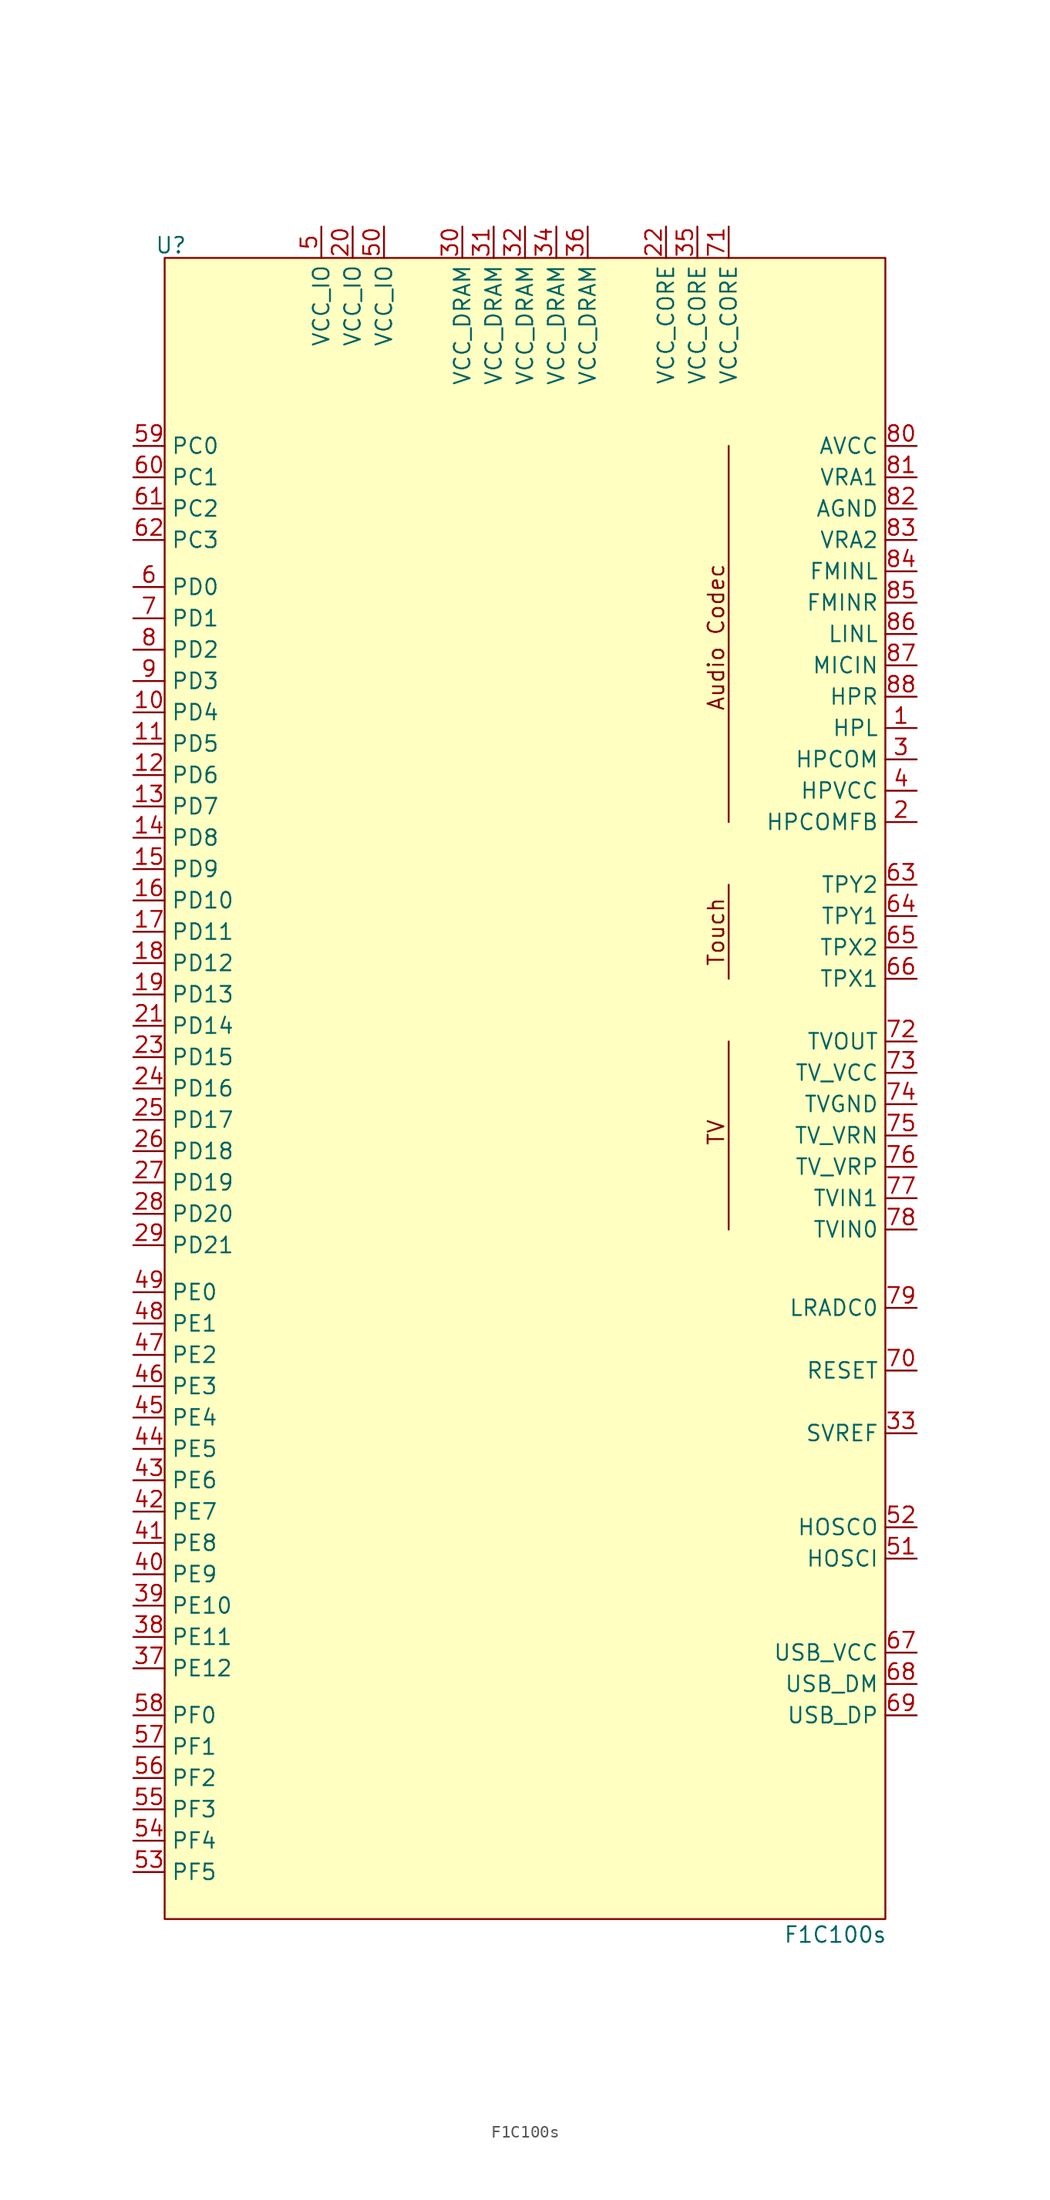
<source format=kicad_sym>
(kicad_symbol_lib
  (version 20241209)
  (generator "kicad_symbol_editor")
  (generator_version "9.0")
  (symbol "F1C100s"
    (property "Reference" "U"
      (at 0.508 135.636 0)
      (effects (font (size 1.27 1.27))))
    (property "Value" "F1C100s"
      (at 54.356 -1.27 0)
      (effects (font (size 1.27 1.27))))
    (symbol "F1C100s_0_0"
      (pin bidirectional line (at -2.54 119.38 0) (length 2.54) (name "PC0" (effects (font (size 1.27 1.27)))) (number "59" (effects (font (size 1.27 1.27)))))
      (pin bidirectional line (at -2.54 116.84 0) (length 2.54) (name "PC1" (effects (font (size 1.27 1.27)))) (number "60" (effects (font (size 1.27 1.27)))))
      (pin bidirectional line (at -2.54 114.3 0) (length 2.54) (name "PC2" (effects (font (size 1.27 1.27)))) (number "61" (effects (font (size 1.27 1.27)))))
      (pin bidirectional line (at -2.54 111.76 0) (length 2.54) (name "PC3" (effects (font (size 1.27 1.27)))) (number "62" (effects (font (size 1.27 1.27))))))
    (symbol "F1C100s_1_0"
      (pin unspecified line (at 60.96 96.52 180) (length 2.54) (name "HPL" (effects (font (size 1.27 1.27)))) (number "1" (effects (font (size 1.27 1.27)))))
      (pin unspecified line (at 60.96 93.98 180) (length 2.54) (name "HPCOM" (effects (font (size 1.27 1.27)))) (number "3" (effects (font (size 1.27 1.27)))))
      (pin power_in line (at 60.96 91.44 180) (length 2.54) (name "HPVCC" (effects (font (size 1.27 1.27)))) (number "4" (effects (font (size 1.27 1.27)))))
      (pin unspecified line (at 60.96 88.9 180) (length 2.54) (name "HPCOMFB" (effects (font (size 1.27 1.27)))) (number "2" (effects (font (size 1.27 1.27)))))
      (pin power_in line (at 60.96 21.59 180) (length 2.54) (name "USB_VCC" (effects (font (size 1.27 1.27)))) (number "67" (effects (font (size 1.27 1.27)))))
      (pin unspecified line (at 60.96 19.05 180) (length 2.54) (name "USB_DM" (effects (font (size 1.27 1.27)))) (number "68" (effects (font (size 1.27 1.27)))))
      (pin unspecified line (at 60.96 16.51 180) (length 2.54) (name "USB_DP" (effects (font (size 1.27 1.27)))) (number "69" (effects (font (size 1.27 1.27))))))
    (symbol "F1C100s_1_1"
      (rectangle (start 0 134.62) (end 58.42 0) (stroke (width 0) (type solid)) (fill (type background)))
      (polyline (pts (xy 45.72 119.38) (xy 45.72 88.9)) (stroke (width 0) (type default)) (fill (type none)))
      (polyline (pts (xy 45.72 83.82) (xy 45.72 76.2)) (stroke (width 0) (type default)) (fill (type none)))
      (polyline (pts (xy 45.72 71.12) (xy 45.72 55.88)) (stroke (width 0) (type default)) (fill (type none)))
      (text "Audio Codec" (at 44.704 103.886 900) (effects (font (size 1.27 1.27))))
      (text "Touch" (at 44.704 80.01 900) (effects (font (size 1.27 1.27))))
      (text "TV" (at 44.704 63.754 900) (effects (font (size 1.27 1.27))))
      (pin bidirectional line (at -2.54 107.95 0) (length 2.54) (name "PD0" (effects (font (size 1.27 1.27)))) (number "6" (effects (font (size 1.27 1.27)))))
      (pin bidirectional line (at -2.54 105.41 0) (length 2.54) (name "PD1" (effects (font (size 1.27 1.27)))) (number "7" (effects (font (size 1.27 1.27)))))
      (pin bidirectional line (at -2.54 102.87 0) (length 2.54) (name "PD2" (effects (font (size 1.27 1.27)))) (number "8" (effects (font (size 1.27 1.27)))))
      (pin bidirectional line (at -2.54 100.33 0) (length 2.54) (name "PD3" (effects (font (size 1.27 1.27)))) (number "9" (effects (font (size 1.27 1.27)))))
      (pin bidirectional line (at -2.54 97.79 0) (length 2.54) (name "PD4" (effects (font (size 1.27 1.27)))) (number "10" (effects (font (size 1.27 1.27)))))
      (pin bidirectional line (at -2.54 95.25 0) (length 2.54) (name "PD5" (effects (font (size 1.27 1.27)))) (number "11" (effects (font (size 1.27 1.27)))))
      (pin bidirectional line (at -2.54 92.71 0) (length 2.54) (name "PD6" (effects (font (size 1.27 1.27)))) (number "12" (effects (font (size 1.27 1.27)))))
      (pin bidirectional line (at -2.54 90.17 0) (length 2.54) (name "PD7" (effects (font (size 1.27 1.27)))) (number "13" (effects (font (size 1.27 1.27)))))
      (pin bidirectional line (at -2.54 87.63 0) (length 2.54) (name "PD8" (effects (font (size 1.27 1.27)))) (number "14" (effects (font (size 1.27 1.27)))))
      (pin bidirectional line (at -2.54 85.09 0) (length 2.54) (name "PD9" (effects (font (size 1.27 1.27)))) (number "15" (effects (font (size 1.27 1.27)))))
      (pin bidirectional line (at -2.54 82.55 0) (length 2.54) (name "PD10" (effects (font (size 1.27 1.27)))) (number "16" (effects (font (size 1.27 1.27)))))
      (pin bidirectional line (at -2.54 80.01 0) (length 2.54) (name "PD11" (effects (font (size 1.27 1.27)))) (number "17" (effects (font (size 1.27 1.27)))))
      (pin bidirectional line (at -2.54 77.47 0) (length 2.54) (name "PD12" (effects (font (size 1.27 1.27)))) (number "18" (effects (font (size 1.27 1.27)))))
      (pin bidirectional line (at -2.54 74.93 0) (length 2.54) (name "PD13" (effects (font (size 1.27 1.27)))) (number "19" (effects (font (size 1.27 1.27)))))
      (pin bidirectional line (at -2.54 72.39 0) (length 2.54) (name "PD14" (effects (font (size 1.27 1.27)))) (number "21" (effects (font (size 1.27 1.27)))))
      (pin bidirectional line (at -2.54 69.85 0) (length 2.54) (name "PD15" (effects (font (size 1.27 1.27)))) (number "23" (effects (font (size 1.27 1.27)))))
      (pin bidirectional line (at -2.54 67.31 0) (length 2.54) (name "PD16" (effects (font (size 1.27 1.27)))) (number "24" (effects (font (size 1.27 1.27)))))
      (pin bidirectional line (at -2.54 64.77 0) (length 2.54) (name "PD17" (effects (font (size 1.27 1.27)))) (number "25" (effects (font (size 1.27 1.27)))))
      (pin bidirectional line (at -2.54 62.23 0) (length 2.54) (name "PD18" (effects (font (size 1.27 1.27)))) (number "26" (effects (font (size 1.27 1.27)))))
      (pin bidirectional line (at -2.54 59.69 0) (length 2.54) (name "PD19" (effects (font (size 1.27 1.27)))) (number "27" (effects (font (size 1.27 1.27)))))
      (pin bidirectional line (at -2.54 57.15 0) (length 2.54) (name "PD20" (effects (font (size 1.27 1.27)))) (number "28" (effects (font (size 1.27 1.27)))))
      (pin bidirectional line (at -2.54 54.61 0) (length 2.54) (name "PD21" (effects (font (size 1.27 1.27)))) (number "29" (effects (font (size 1.27 1.27)))))
      (pin bidirectional line (at -2.54 50.8 0) (length 2.54) (name "PE0" (effects (font (size 1.27 1.27)))) (number "49" (effects (font (size 1.27 1.27)))))
      (pin bidirectional line (at -2.54 48.26 0) (length 2.54) (name "PE1" (effects (font (size 1.27 1.27)))) (number "48" (effects (font (size 1.27 1.27)))))
      (pin bidirectional line (at -2.54 45.72 0) (length 2.54) (name "PE2" (effects (font (size 1.27 1.27)))) (number "47" (effects (font (size 1.27 1.27)))))
      (pin bidirectional line (at -2.54 43.18 0) (length 2.54) (name "PE3" (effects (font (size 1.27 1.27)))) (number "46" (effects (font (size 1.27 1.27)))))
      (pin bidirectional line (at -2.54 40.64 0) (length 2.54) (name "PE4" (effects (font (size 1.27 1.27)))) (number "45" (effects (font (size 1.27 1.27)))))
      (pin bidirectional line (at -2.54 38.1 0) (length 2.54) (name "PE5" (effects (font (size 1.27 1.27)))) (number "44" (effects (font (size 1.27 1.27)))))
      (pin bidirectional line (at -2.54 35.56 0) (length 2.54) (name "PE6" (effects (font (size 1.27 1.27)))) (number "43" (effects (font (size 1.27 1.27)))))
      (pin bidirectional line (at -2.54 33.02 0) (length 2.54) (name "PE7" (effects (font (size 1.27 1.27)))) (number "42" (effects (font (size 1.27 1.27)))))
      (pin bidirectional line (at -2.54 30.48 0) (length 2.54) (name "PE8" (effects (font (size 1.27 1.27)))) (number "41" (effects (font (size 1.27 1.27)))))
      (pin bidirectional line (at -2.54 27.94 0) (length 2.54) (name "PE9" (effects (font (size 1.27 1.27)))) (number "40" (effects (font (size 1.27 1.27)))))
      (pin bidirectional line (at -2.54 25.4 0) (length 2.54) (name "PE10" (effects (font (size 1.27 1.27)))) (number "39" (effects (font (size 1.27 1.27)))))
      (pin bidirectional line (at -2.54 22.86 0) (length 2.54) (name "PE11" (effects (font (size 1.27 1.27)))) (number "38" (effects (font (size 1.27 1.27)))))
      (pin bidirectional line (at -2.54 20.32 0) (length 2.54) (name "PE12" (effects (font (size 1.27 1.27)))) (number "37" (effects (font (size 1.27 1.27)))))
      (pin bidirectional line (at -2.54 16.51 0) (length 2.54) (name "PF0" (effects (font (size 1.27 1.27)))) (number "58" (effects (font (size 1.27 1.27)))))
      (pin bidirectional line (at -2.54 13.97 0) (length 2.54) (name "PF1" (effects (font (size 1.27 1.27)))) (number "57" (effects (font (size 1.27 1.27)))))
      (pin bidirectional line (at -2.54 11.43 0) (length 2.54) (name "PF2" (effects (font (size 1.27 1.27)))) (number "56" (effects (font (size 1.27 1.27)))))
      (pin bidirectional line (at -2.54 8.89 0) (length 2.54) (name "PF3" (effects (font (size 1.27 1.27)))) (number "55" (effects (font (size 1.27 1.27)))))
      (pin bidirectional line (at -2.54 6.35 0) (length 2.54) (name "PF4" (effects (font (size 1.27 1.27)))) (number "54" (effects (font (size 1.27 1.27)))))
      (pin bidirectional line (at -2.54 3.81 0) (length 2.54) (name "PF5" (effects (font (size 1.27 1.27)))) (number "53" (effects (font (size 1.27 1.27)))))
      (pin unspecified line (at 12.7 137.16 270) (length 2.54) (name "VCC_IO" (effects (font (size 1.27 1.27)))) (number "5" (effects (font (size 1.27 1.27)))))
      (pin unspecified line (at 15.24 137.16 270) (length 2.54) (name "VCC_IO" (effects (font (size 1.27 1.27)))) (number "20" (effects (font (size 1.27 1.27)))))
      (pin unspecified line (at 17.78 137.16 270) (length 2.54) (name "VCC_IO" (effects (font (size 1.27 1.27)))) (number "50" (effects (font (size 1.27 1.27)))))
      (pin unspecified line (at 24.13 137.16 270) (length 2.54) (name "VCC_DRAM" (effects (font (size 1.27 1.27)))) (number "30" (effects (font (size 1.27 1.27)))))
      (pin unspecified line (at 26.67 137.16 270) (length 2.54) (name "VCC_DRAM" (effects (font (size 1.27 1.27)))) (number "31" (effects (font (size 1.27 1.27)))))
      (pin unspecified line (at 29.21 137.16 270) (length 2.54) (name "VCC_DRAM" (effects (font (size 1.27 1.27)))) (number "32" (effects (font (size 1.27 1.27)))))
      (pin unspecified line (at 31.75 137.16 270) (length 2.54) (name "VCC_DRAM" (effects (font (size 1.27 1.27)))) (number "34" (effects (font (size 1.27 1.27)))))
      (pin unspecified line (at 34.29 137.16 270) (length 2.54) (name "VCC_DRAM" (effects (font (size 1.27 1.27)))) (number "36" (effects (font (size 1.27 1.27)))))
      (pin unspecified line (at 40.64 137.16 270) (length 2.54) (name "VCC_CORE" (effects (font (size 1.27 1.27)))) (number "22" (effects (font (size 1.27 1.27)))))
      (pin unspecified line (at 43.18 137.16 270) (length 2.54) (name "VCC_CORE" (effects (font (size 1.27 1.27)))) (number "35" (effects (font (size 1.27 1.27)))))
      (pin unspecified line (at 45.72 137.16 270) (length 2.54) (name "VCC_CORE" (effects (font (size 1.27 1.27)))) (number "71" (effects (font (size 1.27 1.27)))))
      (pin power_in line (at 60.96 119.38 180) (length 2.54) (name "AVCC" (effects (font (size 1.27 1.27)))) (number "80" (effects (font (size 1.27 1.27)))))
      (pin unspecified line (at 60.96 116.84 180) (length 2.54) (name "VRA1" (effects (font (size 1.27 1.27)))) (number "81" (effects (font (size 1.27 1.27)))))
      (pin unspecified line (at 60.96 114.3 180) (length 2.54) (name "AGND" (effects (font (size 1.27 1.27)))) (number "82" (effects (font (size 1.27 1.27)))))
      (pin unspecified line (at 60.96 111.76 180) (length 2.54) (name "VRA2" (effects (font (size 1.27 1.27)))) (number "83" (effects (font (size 1.27 1.27)))))
      (pin unspecified line (at 60.96 109.22 180) (length 2.54) (name "FMINL" (effects (font (size 1.27 1.27)))) (number "84" (effects (font (size 1.27 1.27)))))
      (pin unspecified line (at 60.96 106.68 180) (length 2.54) (name "FMINR" (effects (font (size 1.27 1.27)))) (number "85" (effects (font (size 1.27 1.27)))))
      (pin unspecified line (at 60.96 104.14 180) (length 2.54) (name "LINL" (effects (font (size 1.27 1.27)))) (number "86" (effects (font (size 1.27 1.27)))))
      (pin unspecified line (at 60.96 101.6 180) (length 2.54) (name "MICIN" (effects (font (size 1.27 1.27)))) (number "87" (effects (font (size 1.27 1.27)))))
      (pin unspecified line (at 60.96 99.06 180) (length 2.54) (name "HPR" (effects (font (size 1.27 1.27)))) (number "88" (effects (font (size 1.27 1.27)))))
      (pin unspecified line (at 60.96 83.82 180) (length 2.54) (name "TPY2" (effects (font (size 1.27 1.27)))) (number "63" (effects (font (size 1.27 1.27)))))
      (pin unspecified line (at 60.96 81.28 180) (length 2.54) (name "TPY1" (effects (font (size 1.27 1.27)))) (number "64" (effects (font (size 1.27 1.27)))))
      (pin unspecified line (at 60.96 78.74 180) (length 2.54) (name "TPX2" (effects (font (size 1.27 1.27)))) (number "65" (effects (font (size 1.27 1.27)))))
      (pin unspecified line (at 60.96 76.2 180) (length 2.54) (name "TPX1" (effects (font (size 1.27 1.27)))) (number "66" (effects (font (size 1.27 1.27)))))
      (pin unspecified line (at 60.96 71.12 180) (length 2.54) (name "TVOUT" (effects (font (size 1.27 1.27)))) (number "72" (effects (font (size 1.27 1.27)))))
      (pin power_in line (at 60.96 68.58 180) (length 2.54) (name "TV_VCC" (effects (font (size 1.27 1.27)))) (number "73" (effects (font (size 1.27 1.27)))))
      (pin power_in line (at 60.96 66.04 180) (length 2.54) (name "TVGND" (effects (font (size 1.27 1.27)))) (number "74" (effects (font (size 1.27 1.27)))))
      (pin unspecified line (at 60.96 63.5 180) (length 2.54) (name "TV_VRN" (effects (font (size 1.27 1.27)))) (number "75" (effects (font (size 1.27 1.27)))))
      (pin unspecified line (at 60.96 60.96 180) (length 2.54) (name "TV_VRP" (effects (font (size 1.27 1.27)))) (number "76" (effects (font (size 1.27 1.27)))))
      (pin unspecified line (at 60.96 58.42 180) (length 2.54) (name "TVIN1" (effects (font (size 1.27 1.27)))) (number "77" (effects (font (size 1.27 1.27)))))
      (pin unspecified line (at 60.96 55.88 180) (length 2.54) (name "TVIN0" (effects (font (size 1.27 1.27)))) (number "78" (effects (font (size 1.27 1.27)))))
      (pin unspecified line (at 60.96 49.53 180) (length 2.54) (name "LRADC0" (effects (font (size 1.27 1.27)))) (number "79" (effects (font (size 1.27 1.27)))))
      (pin unspecified line (at 60.96 44.45 180) (length 2.54) (name "RESET" (effects (font (size 1.27 1.27)))) (number "70" (effects (font (size 1.27 1.27)))))
      (pin unspecified line (at 60.96 39.37 180) (length 2.54) (name "SVREF" (effects (font (size 1.27 1.27)))) (number "33" (effects (font (size 1.27 1.27)))))
      (pin unspecified line (at 60.96 31.75 180) (length 2.54) (name "HOSCO" (effects (font (size 1.27 1.27)))) (number "52" (effects (font (size 1.27 1.27)))))
      (pin unspecified line (at 60.96 29.21 180) (length 2.54) (name "HOSCI" (effects (font (size 1.27 1.27)))) (number "51" (effects (font (size 1.27 1.27))))))))
</source>
